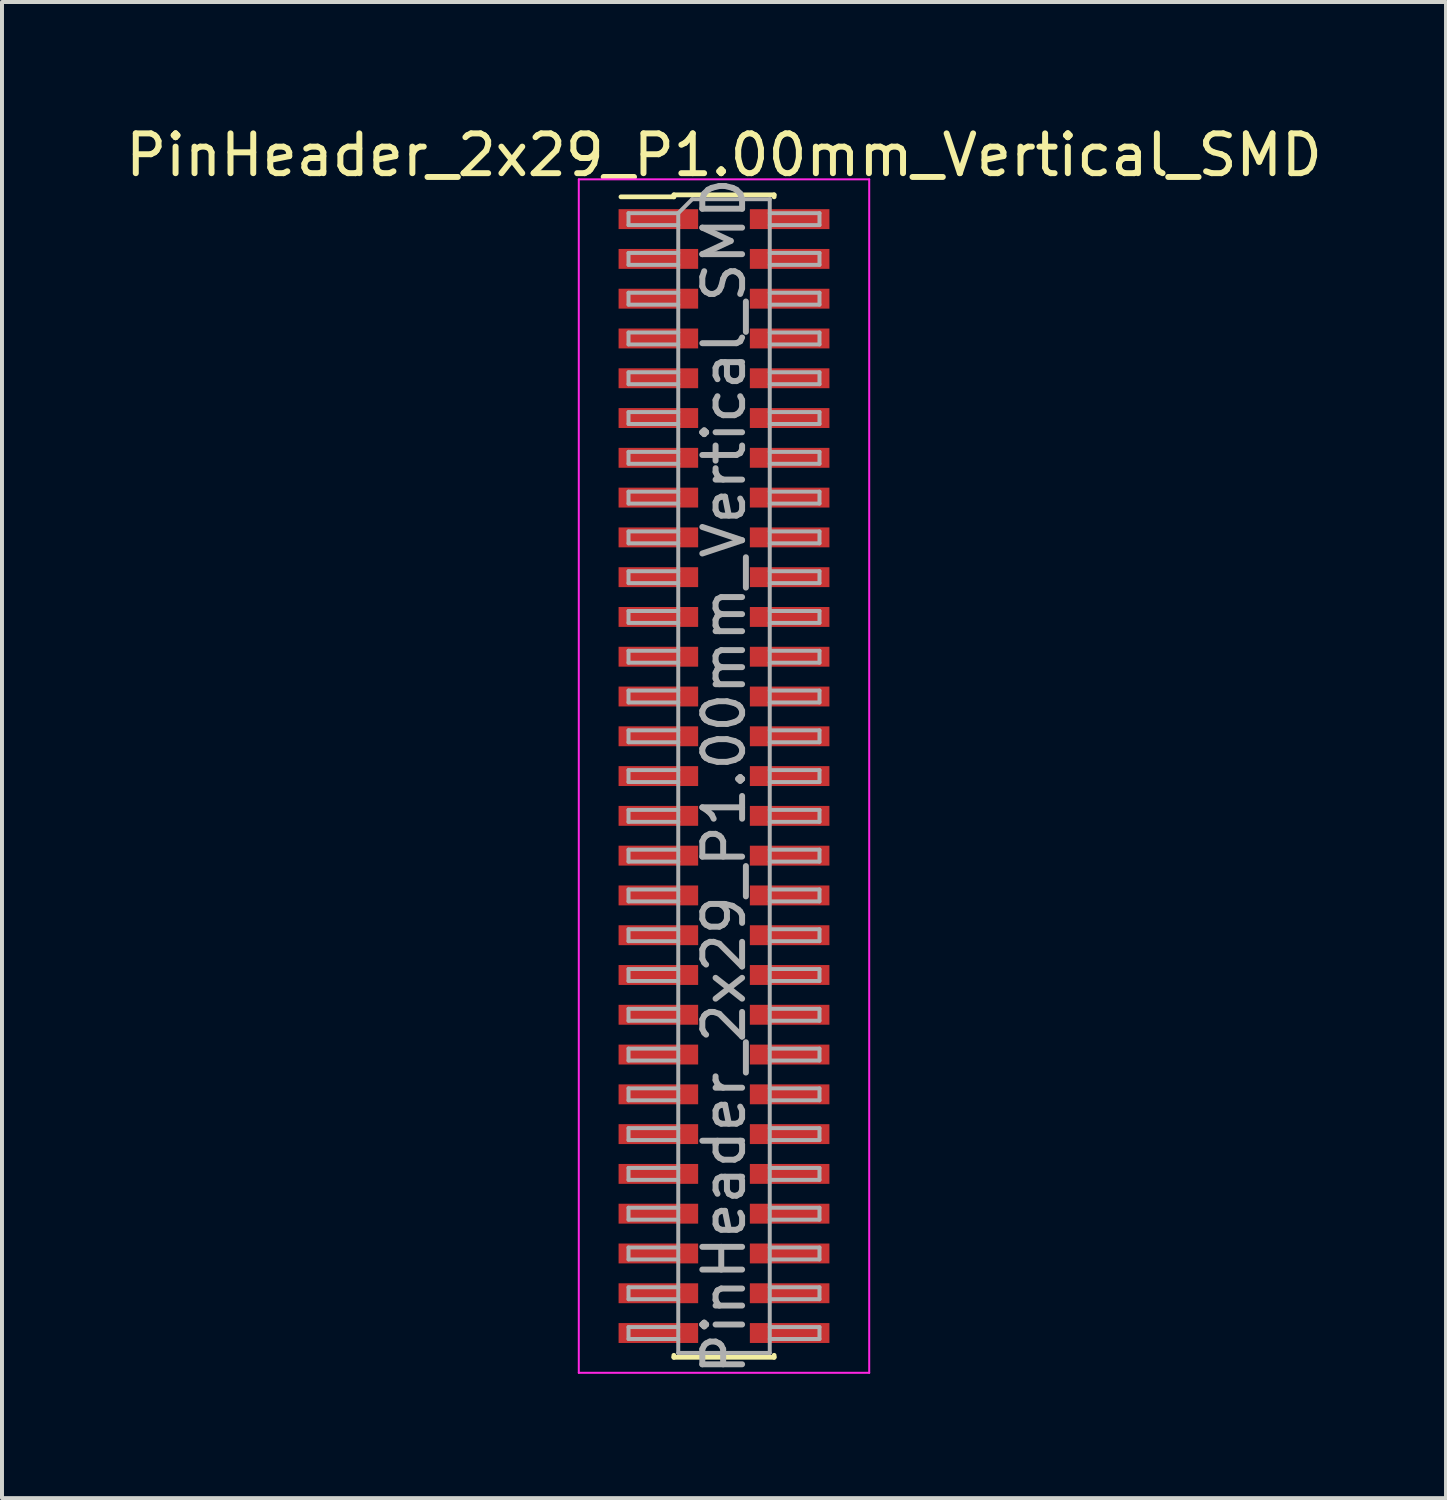
<source format=kicad_pcb>
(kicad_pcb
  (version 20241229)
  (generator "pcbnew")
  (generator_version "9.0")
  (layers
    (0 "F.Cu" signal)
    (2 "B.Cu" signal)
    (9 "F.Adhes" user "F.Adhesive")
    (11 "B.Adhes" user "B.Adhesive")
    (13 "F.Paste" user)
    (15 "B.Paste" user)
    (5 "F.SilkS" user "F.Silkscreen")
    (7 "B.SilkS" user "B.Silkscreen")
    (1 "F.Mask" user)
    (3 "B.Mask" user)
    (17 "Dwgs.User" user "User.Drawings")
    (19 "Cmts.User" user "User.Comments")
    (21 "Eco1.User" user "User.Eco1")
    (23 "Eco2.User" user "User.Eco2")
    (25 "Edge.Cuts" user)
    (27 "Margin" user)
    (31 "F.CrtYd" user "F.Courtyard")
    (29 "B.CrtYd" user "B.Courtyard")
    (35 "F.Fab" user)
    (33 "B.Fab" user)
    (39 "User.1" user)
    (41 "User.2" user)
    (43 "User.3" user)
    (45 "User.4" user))
  (footprint "PinHeader_2x29_P1.00mm_Vertical_SMD"
    (layer "F.Cu")
    (at 15.149 16.458)
    (property "Reference" "PinHeader_2x29_P1.00mm_Vertical_SMD" (at 0 -15.61 0) (layer "F.SilkS") (effects (font (size 1 1) (thickness 0.15))))
    (attr smd)
    (fp_line (start -2.59 -14.56) (end -1.26 -14.56) (stroke (width 0.12) (type solid)) (layer "F.SilkS"))
    (fp_line (start -1.26 -14.61) (end -1.26 -14.56) (stroke (width 0.12) (type solid)) (layer "F.SilkS"))
    (fp_line (start -1.26 -14.61) (end 1.26 -14.61) (stroke (width 0.12) (type solid)) (layer "F.SilkS"))
    (fp_line (start -1.26 14.56) (end -1.26 14.61) (stroke (width 0.12) (type solid)) (layer "F.SilkS"))
    (fp_line (start -1.26 14.61) (end 1.26 14.61) (stroke (width 0.12) (type solid)) (layer "F.SilkS"))
    (fp_line (start 1.26 -14.61) (end 1.26 -14.56) (stroke (width 0.12) (type solid)) (layer "F.SilkS"))
    (fp_line (start 1.26 14.56) (end 1.26 14.61) (stroke (width 0.12) (type solid)) (layer "F.SilkS"))
    (fp_line (start -3.65 -15) (end -3.65 15) (stroke (width 0.05) (type solid)) (layer "F.CrtYd"))
    (fp_line (start -3.65 15) (end 3.65 15) (stroke (width 0.05) (type solid)) (layer "F.CrtYd"))
    (fp_line (start 3.65 -15) (end -3.65 -15) (stroke (width 0.05) (type solid)) (layer "F.CrtYd"))
    (fp_line (start 3.65 15) (end 3.65 -15) (stroke (width 0.05) (type solid)) (layer "F.CrtYd"))
    (fp_line (start -2.4 -14.15) (end -2.4 -13.85) (stroke (width 0.1) (type solid)) (layer "F.Fab"))
    (fp_line (start -2.4 -13.85) (end -1.15 -13.85) (stroke (width 0.1) (type solid)) (layer "F.Fab"))
    (fp_line (start -2.4 -13.15) (end -2.4 -12.85) (stroke (width 0.1) (type solid)) (layer "F.Fab"))
    (fp_line (start -2.4 -12.85) (end -1.15 -12.85) (stroke (width 0.1) (type solid)) (layer "F.Fab"))
    (fp_line (start -2.4 -12.15) (end -2.4 -11.85) (stroke (width 0.1) (type solid)) (layer "F.Fab"))
    (fp_line (start -2.4 -11.85) (end -1.15 -11.85) (stroke (width 0.1) (type solid)) (layer "F.Fab"))
    (fp_line (start -2.4 -11.15) (end -2.4 -10.85) (stroke (width 0.1) (type solid)) (layer "F.Fab"))
    (fp_line (start -2.4 -10.85) (end -1.15 -10.85) (stroke (width 0.1) (type solid)) (layer "F.Fab"))
    (fp_line (start -2.4 -10.15) (end -2.4 -9.85) (stroke (width 0.1) (type solid)) (layer "F.Fab"))
    (fp_line (start -2.4 -9.85) (end -1.15 -9.85) (stroke (width 0.1) (type solid)) (layer "F.Fab"))
    (fp_line (start -2.4 -9.15) (end -2.4 -8.85) (stroke (width 0.1) (type solid)) (layer "F.Fab"))
    (fp_line (start -2.4 -8.85) (end -1.15 -8.85) (stroke (width 0.1) (type solid)) (layer "F.Fab"))
    (fp_line (start -2.4 -8.15) (end -2.4 -7.85) (stroke (width 0.1) (type solid)) (layer "F.Fab"))
    (fp_line (start -2.4 -7.85) (end -1.15 -7.85) (stroke (width 0.1) (type solid)) (layer "F.Fab"))
    (fp_line (start -2.4 -7.15) (end -2.4 -6.85) (stroke (width 0.1) (type solid)) (layer "F.Fab"))
    (fp_line (start -2.4 -6.85) (end -1.15 -6.85) (stroke (width 0.1) (type solid)) (layer "F.Fab"))
    (fp_line (start -2.4 -6.15) (end -2.4 -5.85) (stroke (width 0.1) (type solid)) (layer "F.Fab"))
    (fp_line (start -2.4 -5.85) (end -1.15 -5.85) (stroke (width 0.1) (type solid)) (layer "F.Fab"))
    (fp_line (start -2.4 -5.15) (end -2.4 -4.85) (stroke (width 0.1) (type solid)) (layer "F.Fab"))
    (fp_line (start -2.4 -4.85) (end -1.15 -4.85) (stroke (width 0.1) (type solid)) (layer "F.Fab"))
    (fp_line (start -2.4 -4.15) (end -2.4 -3.85) (stroke (width 0.1) (type solid)) (layer "F.Fab"))
    (fp_line (start -2.4 -3.85) (end -1.15 -3.85) (stroke (width 0.1) (type solid)) (layer "F.Fab"))
    (fp_line (start -2.4 -3.15) (end -2.4 -2.85) (stroke (width 0.1) (type solid)) (layer "F.Fab"))
    (fp_line (start -2.4 -2.85) (end -1.15 -2.85) (stroke (width 0.1) (type solid)) (layer "F.Fab"))
    (fp_line (start -2.4 -2.15) (end -2.4 -1.85) (stroke (width 0.1) (type solid)) (layer "F.Fab"))
    (fp_line (start -2.4 -1.85) (end -1.15 -1.85) (stroke (width 0.1) (type solid)) (layer "F.Fab"))
    (fp_line (start -2.4 -1.15) (end -2.4 -0.85) (stroke (width 0.1) (type solid)) (layer "F.Fab"))
    (fp_line (start -2.4 -0.85) (end -1.15 -0.85) (stroke (width 0.1) (type solid)) (layer "F.Fab"))
    (fp_line (start -2.4 -0.15) (end -2.4 0.15) (stroke (width 0.1) (type solid)) (layer "F.Fab"))
    (fp_line (start -2.4 0.15) (end -1.15 0.15) (stroke (width 0.1) (type solid)) (layer "F.Fab"))
    (fp_line (start -2.4 0.85) (end -2.4 1.15) (stroke (width 0.1) (type solid)) (layer "F.Fab"))
    (fp_line (start -2.4 1.15) (end -1.15 1.15) (stroke (width 0.1) (type solid)) (layer "F.Fab"))
    (fp_line (start -2.4 1.85) (end -2.4 2.15) (stroke (width 0.1) (type solid)) (layer "F.Fab"))
    (fp_line (start -2.4 2.15) (end -1.15 2.15) (stroke (width 0.1) (type solid)) (layer "F.Fab"))
    (fp_line (start -2.4 2.85) (end -2.4 3.15) (stroke (width 0.1) (type solid)) (layer "F.Fab"))
    (fp_line (start -2.4 3.15) (end -1.15 3.15) (stroke (width 0.1) (type solid)) (layer "F.Fab"))
    (fp_line (start -2.4 3.85) (end -2.4 4.15) (stroke (width 0.1) (type solid)) (layer "F.Fab"))
    (fp_line (start -2.4 4.15) (end -1.15 4.15) (stroke (width 0.1) (type solid)) (layer "F.Fab"))
    (fp_line (start -2.4 4.85) (end -2.4 5.15) (stroke (width 0.1) (type solid)) (layer "F.Fab"))
    (fp_line (start -2.4 5.15) (end -1.15 5.15) (stroke (width 0.1) (type solid)) (layer "F.Fab"))
    (fp_line (start -2.4 5.85) (end -2.4 6.15) (stroke (width 0.1) (type solid)) (layer "F.Fab"))
    (fp_line (start -2.4 6.15) (end -1.15 6.15) (stroke (width 0.1) (type solid)) (layer "F.Fab"))
    (fp_line (start -2.4 6.85) (end -2.4 7.15) (stroke (width 0.1) (type solid)) (layer "F.Fab"))
    (fp_line (start -2.4 7.15) (end -1.15 7.15) (stroke (width 0.1) (type solid)) (layer "F.Fab"))
    (fp_line (start -2.4 7.85) (end -2.4 8.15) (stroke (width 0.1) (type solid)) (layer "F.Fab"))
    (fp_line (start -2.4 8.15) (end -1.15 8.15) (stroke (width 0.1) (type solid)) (layer "F.Fab"))
    (fp_line (start -2.4 8.85) (end -2.4 9.15) (stroke (width 0.1) (type solid)) (layer "F.Fab"))
    (fp_line (start -2.4 9.15) (end -1.15 9.15) (stroke (width 0.1) (type solid)) (layer "F.Fab"))
    (fp_line (start -2.4 9.85) (end -2.4 10.15) (stroke (width 0.1) (type solid)) (layer "F.Fab"))
    (fp_line (start -2.4 10.15) (end -1.15 10.15) (stroke (width 0.1) (type solid)) (layer "F.Fab"))
    (fp_line (start -2.4 10.85) (end -2.4 11.15) (stroke (width 0.1) (type solid)) (layer "F.Fab"))
    (fp_line (start -2.4 11.15) (end -1.15 11.15) (stroke (width 0.1) (type solid)) (layer "F.Fab"))
    (fp_line (start -2.4 11.85) (end -2.4 12.15) (stroke (width 0.1) (type solid)) (layer "F.Fab"))
    (fp_line (start -2.4 12.15) (end -1.15 12.15) (stroke (width 0.1) (type solid)) (layer "F.Fab"))
    (fp_line (start -2.4 12.85) (end -2.4 13.15) (stroke (width 0.1) (type solid)) (layer "F.Fab"))
    (fp_line (start -2.4 13.15) (end -1.15 13.15) (stroke (width 0.1) (type solid)) (layer "F.Fab"))
    (fp_line (start -2.4 13.85) (end -2.4 14.15) (stroke (width 0.1) (type solid)) (layer "F.Fab"))
    (fp_line (start -2.4 14.15) (end -1.15 14.15) (stroke (width 0.1) (type solid)) (layer "F.Fab"))
    (fp_line (start -1.15 -14.15) (end -2.4 -14.15) (stroke (width 0.1) (type solid)) (layer "F.Fab"))
    (fp_line (start -1.15 -14.15) (end -0.8 -14.5) (stroke (width 0.1) (type solid)) (layer "F.Fab"))
    (fp_line (start -1.15 -13.15) (end -2.4 -13.15) (stroke (width 0.1) (type solid)) (layer "F.Fab"))
    (fp_line (start -1.15 -12.15) (end -2.4 -12.15) (stroke (width 0.1) (type solid)) (layer "F.Fab"))
    (fp_line (start -1.15 -11.15) (end -2.4 -11.15) (stroke (width 0.1) (type solid)) (layer "F.Fab"))
    (fp_line (start -1.15 -10.15) (end -2.4 -10.15) (stroke (width 0.1) (type solid)) (layer "F.Fab"))
    (fp_line (start -1.15 -9.15) (end -2.4 -9.15) (stroke (width 0.1) (type solid)) (layer "F.Fab"))
    (fp_line (start -1.15 -8.15) (end -2.4 -8.15) (stroke (width 0.1) (type solid)) (layer "F.Fab"))
    (fp_line (start -1.15 -7.15) (end -2.4 -7.15) (stroke (width 0.1) (type solid)) (layer "F.Fab"))
    (fp_line (start -1.15 -6.15) (end -2.4 -6.15) (stroke (width 0.1) (type solid)) (layer "F.Fab"))
    (fp_line (start -1.15 -5.15) (end -2.4 -5.15) (stroke (width 0.1) (type solid)) (layer "F.Fab"))
    (fp_line (start -1.15 -4.15) (end -2.4 -4.15) (stroke (width 0.1) (type solid)) (layer "F.Fab"))
    (fp_line (start -1.15 -3.15) (end -2.4 -3.15) (stroke (width 0.1) (type solid)) (layer "F.Fab"))
    (fp_line (start -1.15 -2.15) (end -2.4 -2.15) (stroke (width 0.1) (type solid)) (layer "F.Fab"))
    (fp_line (start -1.15 -1.15) (end -2.4 -1.15) (stroke (width 0.1) (type solid)) (layer "F.Fab"))
    (fp_line (start -1.15 -0.15) (end -2.4 -0.15) (stroke (width 0.1) (type solid)) (layer "F.Fab"))
    (fp_line (start -1.15 0.85) (end -2.4 0.85) (stroke (width 0.1) (type solid)) (layer "F.Fab"))
    (fp_line (start -1.15 1.85) (end -2.4 1.85) (stroke (width 0.1) (type solid)) (layer "F.Fab"))
    (fp_line (start -1.15 2.85) (end -2.4 2.85) (stroke (width 0.1) (type solid)) (layer "F.Fab"))
    (fp_line (start -1.15 3.85) (end -2.4 3.85) (stroke (width 0.1) (type solid)) (layer "F.Fab"))
    (fp_line (start -1.15 4.85) (end -2.4 4.85) (stroke (width 0.1) (type solid)) (layer "F.Fab"))
    (fp_line (start -1.15 5.85) (end -2.4 5.85) (stroke (width 0.1) (type solid)) (layer "F.Fab"))
    (fp_line (start -1.15 6.85) (end -2.4 6.85) (stroke (width 0.1) (type solid)) (layer "F.Fab"))
    (fp_line (start -1.15 7.85) (end -2.4 7.85) (stroke (width 0.1) (type solid)) (layer "F.Fab"))
    (fp_line (start -1.15 8.85) (end -2.4 8.85) (stroke (width 0.1) (type solid)) (layer "F.Fab"))
    (fp_line (start -1.15 9.85) (end -2.4 9.85) (stroke (width 0.1) (type solid)) (layer "F.Fab"))
    (fp_line (start -1.15 10.85) (end -2.4 10.85) (stroke (width 0.1) (type solid)) (layer "F.Fab"))
    (fp_line (start -1.15 11.85) (end -2.4 11.85) (stroke (width 0.1) (type solid)) (layer "F.Fab"))
    (fp_line (start -1.15 12.85) (end -2.4 12.85) (stroke (width 0.1) (type solid)) (layer "F.Fab"))
    (fp_line (start -1.15 13.85) (end -2.4 13.85) (stroke (width 0.1) (type solid)) (layer "F.Fab"))
    (fp_line (start -1.15 14.5) (end -1.15 -14.15) (stroke (width 0.1) (type solid)) (layer "F.Fab"))
    (fp_line (start -0.8 -14.5) (end 1.15 -14.5) (stroke (width 0.1) (type solid)) (layer "F.Fab"))
    (fp_line (start 1.15 -14.5) (end 1.15 14.5) (stroke (width 0.1) (type solid)) (layer "F.Fab"))
    (fp_line (start 1.15 -14.15) (end 2.4 -14.15) (stroke (width 0.1) (type solid)) (layer "F.Fab"))
    (fp_line (start 1.15 -13.15) (end 2.4 -13.15) (stroke (width 0.1) (type solid)) (layer "F.Fab"))
    (fp_line (start 1.15 -12.15) (end 2.4 -12.15) (stroke (width 0.1) (type solid)) (layer "F.Fab"))
    (fp_line (start 1.15 -11.15) (end 2.4 -11.15) (stroke (width 0.1) (type solid)) (layer "F.Fab"))
    (fp_line (start 1.15 -10.15) (end 2.4 -10.15) (stroke (width 0.1) (type solid)) (layer "F.Fab"))
    (fp_line (start 1.15 -9.15) (end 2.4 -9.15) (stroke (width 0.1) (type solid)) (layer "F.Fab"))
    (fp_line (start 1.15 -8.15) (end 2.4 -8.15) (stroke (width 0.1) (type solid)) (layer "F.Fab"))
    (fp_line (start 1.15 -7.15) (end 2.4 -7.15) (stroke (width 0.1) (type solid)) (layer "F.Fab"))
    (fp_line (start 1.15 -6.15) (end 2.4 -6.15) (stroke (width 0.1) (type solid)) (layer "F.Fab"))
    (fp_line (start 1.15 -5.15) (end 2.4 -5.15) (stroke (width 0.1) (type solid)) (layer "F.Fab"))
    (fp_line (start 1.15 -4.15) (end 2.4 -4.15) (stroke (width 0.1) (type solid)) (layer "F.Fab"))
    (fp_line (start 1.15 -3.15) (end 2.4 -3.15) (stroke (width 0.1) (type solid)) (layer "F.Fab"))
    (fp_line (start 1.15 -2.15) (end 2.4 -2.15) (stroke (width 0.1) (type solid)) (layer "F.Fab"))
    (fp_line (start 1.15 -1.15) (end 2.4 -1.15) (stroke (width 0.1) (type solid)) (layer "F.Fab"))
    (fp_line (start 1.15 -0.15) (end 2.4 -0.15) (stroke (width 0.1) (type solid)) (layer "F.Fab"))
    (fp_line (start 1.15 0.85) (end 2.4 0.85) (stroke (width 0.1) (type solid)) (layer "F.Fab"))
    (fp_line (start 1.15 1.85) (end 2.4 1.85) (stroke (width 0.1) (type solid)) (layer "F.Fab"))
    (fp_line (start 1.15 2.85) (end 2.4 2.85) (stroke (width 0.1) (type solid)) (layer "F.Fab"))
    (fp_line (start 1.15 3.85) (end 2.4 3.85) (stroke (width 0.1) (type solid)) (layer "F.Fab"))
    (fp_line (start 1.15 4.85) (end 2.4 4.85) (stroke (width 0.1) (type solid)) (layer "F.Fab"))
    (fp_line (start 1.15 5.85) (end 2.4 5.85) (stroke (width 0.1) (type solid)) (layer "F.Fab"))
    (fp_line (start 1.15 6.85) (end 2.4 6.85) (stroke (width 0.1) (type solid)) (layer "F.Fab"))
    (fp_line (start 1.15 7.85) (end 2.4 7.85) (stroke (width 0.1) (type solid)) (layer "F.Fab"))
    (fp_line (start 1.15 8.85) (end 2.4 8.85) (stroke (width 0.1) (type solid)) (layer "F.Fab"))
    (fp_line (start 1.15 9.85) (end 2.4 9.85) (stroke (width 0.1) (type solid)) (layer "F.Fab"))
    (fp_line (start 1.15 10.85) (end 2.4 10.85) (stroke (width 0.1) (type solid)) (layer "F.Fab"))
    (fp_line (start 1.15 11.85) (end 2.4 11.85) (stroke (width 0.1) (type solid)) (layer "F.Fab"))
    (fp_line (start 1.15 12.85) (end 2.4 12.85) (stroke (width 0.1) (type solid)) (layer "F.Fab"))
    (fp_line (start 1.15 13.85) (end 2.4 13.85) (stroke (width 0.1) (type solid)) (layer "F.Fab"))
    (fp_line (start 1.15 14.5) (end -1.15 14.5) (stroke (width 0.1) (type solid)) (layer "F.Fab"))
    (fp_line (start 2.4 -14.15) (end 2.4 -13.85) (stroke (width 0.1) (type solid)) (layer "F.Fab"))
    (fp_line (start 2.4 -13.85) (end 1.15 -13.85) (stroke (width 0.1) (type solid)) (layer "F.Fab"))
    (fp_line (start 2.4 -13.15) (end 2.4 -12.85) (stroke (width 0.1) (type solid)) (layer "F.Fab"))
    (fp_line (start 2.4 -12.85) (end 1.15 -12.85) (stroke (width 0.1) (type solid)) (layer "F.Fab"))
    (fp_line (start 2.4 -12.15) (end 2.4 -11.85) (stroke (width 0.1) (type solid)) (layer "F.Fab"))
    (fp_line (start 2.4 -11.85) (end 1.15 -11.85) (stroke (width 0.1) (type solid)) (layer "F.Fab"))
    (fp_line (start 2.4 -11.15) (end 2.4 -10.85) (stroke (width 0.1) (type solid)) (layer "F.Fab"))
    (fp_line (start 2.4 -10.85) (end 1.15 -10.85) (stroke (width 0.1) (type solid)) (layer "F.Fab"))
    (fp_line (start 2.4 -10.15) (end 2.4 -9.85) (stroke (width 0.1) (type solid)) (layer "F.Fab"))
    (fp_line (start 2.4 -9.85) (end 1.15 -9.85) (stroke (width 0.1) (type solid)) (layer "F.Fab"))
    (fp_line (start 2.4 -9.15) (end 2.4 -8.85) (stroke (width 0.1) (type solid)) (layer "F.Fab"))
    (fp_line (start 2.4 -8.85) (end 1.15 -8.85) (stroke (width 0.1) (type solid)) (layer "F.Fab"))
    (fp_line (start 2.4 -8.15) (end 2.4 -7.85) (stroke (width 0.1) (type solid)) (layer "F.Fab"))
    (fp_line (start 2.4 -7.85) (end 1.15 -7.85) (stroke (width 0.1) (type solid)) (layer "F.Fab"))
    (fp_line (start 2.4 -7.15) (end 2.4 -6.85) (stroke (width 0.1) (type solid)) (layer "F.Fab"))
    (fp_line (start 2.4 -6.85) (end 1.15 -6.85) (stroke (width 0.1) (type solid)) (layer "F.Fab"))
    (fp_line (start 2.4 -6.15) (end 2.4 -5.85) (stroke (width 0.1) (type solid)) (layer "F.Fab"))
    (fp_line (start 2.4 -5.85) (end 1.15 -5.85) (stroke (width 0.1) (type solid)) (layer "F.Fab"))
    (fp_line (start 2.4 -5.15) (end 2.4 -4.85) (stroke (width 0.1) (type solid)) (layer "F.Fab"))
    (fp_line (start 2.4 -4.85) (end 1.15 -4.85) (stroke (width 0.1) (type solid)) (layer "F.Fab"))
    (fp_line (start 2.4 -4.15) (end 2.4 -3.85) (stroke (width 0.1) (type solid)) (layer "F.Fab"))
    (fp_line (start 2.4 -3.85) (end 1.15 -3.85) (stroke (width 0.1) (type solid)) (layer "F.Fab"))
    (fp_line (start 2.4 -3.15) (end 2.4 -2.85) (stroke (width 0.1) (type solid)) (layer "F.Fab"))
    (fp_line (start 2.4 -2.85) (end 1.15 -2.85) (stroke (width 0.1) (type solid)) (layer "F.Fab"))
    (fp_line (start 2.4 -2.15) (end 2.4 -1.85) (stroke (width 0.1) (type solid)) (layer "F.Fab"))
    (fp_line (start 2.4 -1.85) (end 1.15 -1.85) (stroke (width 0.1) (type solid)) (layer "F.Fab"))
    (fp_line (start 2.4 -1.15) (end 2.4 -0.85) (stroke (width 0.1) (type solid)) (layer "F.Fab"))
    (fp_line (start 2.4 -0.85) (end 1.15 -0.85) (stroke (width 0.1) (type solid)) (layer "F.Fab"))
    (fp_line (start 2.4 -0.15) (end 2.4 0.15) (stroke (width 0.1) (type solid)) (layer "F.Fab"))
    (fp_line (start 2.4 0.15) (end 1.15 0.15) (stroke (width 0.1) (type solid)) (layer "F.Fab"))
    (fp_line (start 2.4 0.85) (end 2.4 1.15) (stroke (width 0.1) (type solid)) (layer "F.Fab"))
    (fp_line (start 2.4 1.15) (end 1.15 1.15) (stroke (width 0.1) (type solid)) (layer "F.Fab"))
    (fp_line (start 2.4 1.85) (end 2.4 2.15) (stroke (width 0.1) (type solid)) (layer "F.Fab"))
    (fp_line (start 2.4 2.15) (end 1.15 2.15) (stroke (width 0.1) (type solid)) (layer "F.Fab"))
    (fp_line (start 2.4 2.85) (end 2.4 3.15) (stroke (width 0.1) (type solid)) (layer "F.Fab"))
    (fp_line (start 2.4 3.15) (end 1.15 3.15) (stroke (width 0.1) (type solid)) (layer "F.Fab"))
    (fp_line (start 2.4 3.85) (end 2.4 4.15) (stroke (width 0.1) (type solid)) (layer "F.Fab"))
    (fp_line (start 2.4 4.15) (end 1.15 4.15) (stroke (width 0.1) (type solid)) (layer "F.Fab"))
    (fp_line (start 2.4 4.85) (end 2.4 5.15) (stroke (width 0.1) (type solid)) (layer "F.Fab"))
    (fp_line (start 2.4 5.15) (end 1.15 5.15) (stroke (width 0.1) (type solid)) (layer "F.Fab"))
    (fp_line (start 2.4 5.85) (end 2.4 6.15) (stroke (width 0.1) (type solid)) (layer "F.Fab"))
    (fp_line (start 2.4 6.15) (end 1.15 6.15) (stroke (width 0.1) (type solid)) (layer "F.Fab"))
    (fp_line (start 2.4 6.85) (end 2.4 7.15) (stroke (width 0.1) (type solid)) (layer "F.Fab"))
    (fp_line (start 2.4 7.15) (end 1.15 7.15) (stroke (width 0.1) (type solid)) (layer "F.Fab"))
    (fp_line (start 2.4 7.85) (end 2.4 8.15) (stroke (width 0.1) (type solid)) (layer "F.Fab"))
    (fp_line (start 2.4 8.15) (end 1.15 8.15) (stroke (width 0.1) (type solid)) (layer "F.Fab"))
    (fp_line (start 2.4 8.85) (end 2.4 9.15) (stroke (width 0.1) (type solid)) (layer "F.Fab"))
    (fp_line (start 2.4 9.15) (end 1.15 9.15) (stroke (width 0.1) (type solid)) (layer "F.Fab"))
    (fp_line (start 2.4 9.85) (end 2.4 10.15) (stroke (width 0.1) (type solid)) (layer "F.Fab"))
    (fp_line (start 2.4 10.15) (end 1.15 10.15) (stroke (width 0.1) (type solid)) (layer "F.Fab"))
    (fp_line (start 2.4 10.85) (end 2.4 11.15) (stroke (width 0.1) (type solid)) (layer "F.Fab"))
    (fp_line (start 2.4 11.15) (end 1.15 11.15) (stroke (width 0.1) (type solid)) (layer "F.Fab"))
    (fp_line (start 2.4 11.85) (end 2.4 12.15) (stroke (width 0.1) (type solid)) (layer "F.Fab"))
    (fp_line (start 2.4 12.15) (end 1.15 12.15) (stroke (width 0.1) (type solid)) (layer "F.Fab"))
    (fp_line (start 2.4 12.85) (end 2.4 13.15) (stroke (width 0.1) (type solid)) (layer "F.Fab"))
    (fp_line (start 2.4 13.15) (end 1.15 13.15) (stroke (width 0.1) (type solid)) (layer "F.Fab"))
    (fp_line (start 2.4 13.85) (end 2.4 14.15) (stroke (width 0.1) (type solid)) (layer "F.Fab"))
    (fp_line (start 2.4 14.15) (end 1.15 14.15) (stroke (width 0.1) (type solid)) (layer "F.Fab"))
    (fp_text user "${REFERENCE}" (at 0 0 90) (layer "F.Fab") (effects (font (size 1 1) (thickness 0.15))))
    (pad "1" smd rect (at -1.65 -14) (size 2 0.5) (layers "F.Cu" "F.Mask" "F.Paste"))
    (pad "2" smd rect (at 1.65 -14) (size 2 0.5) (layers "F.Cu" "F.Mask" "F.Paste"))
    (pad "3" smd rect (at -1.65 -13) (size 2 0.5) (layers "F.Cu" "F.Mask" "F.Paste"))
    (pad "4" smd rect (at 1.65 -13) (size 2 0.5) (layers "F.Cu" "F.Mask" "F.Paste"))
    (pad "5" smd rect (at -1.65 -12) (size 2 0.5) (layers "F.Cu" "F.Mask" "F.Paste"))
    (pad "6" smd rect (at 1.65 -12) (size 2 0.5) (layers "F.Cu" "F.Mask" "F.Paste"))
    (pad "7" smd rect (at -1.65 -11) (size 2 0.5) (layers "F.Cu" "F.Mask" "F.Paste"))
    (pad "8" smd rect (at 1.65 -11) (size 2 0.5) (layers "F.Cu" "F.Mask" "F.Paste"))
    (pad "9" smd rect (at -1.65 -10) (size 2 0.5) (layers "F.Cu" "F.Mask" "F.Paste"))
    (pad "10" smd rect (at 1.65 -10) (size 2 0.5) (layers "F.Cu" "F.Mask" "F.Paste"))
    (pad "11" smd rect (at -1.65 -9) (size 2 0.5) (layers "F.Cu" "F.Mask" "F.Paste"))
    (pad "12" smd rect (at 1.65 -9) (size 2 0.5) (layers "F.Cu" "F.Mask" "F.Paste"))
    (pad "13" smd rect (at -1.65 -8) (size 2 0.5) (layers "F.Cu" "F.Mask" "F.Paste"))
    (pad "14" smd rect (at 1.65 -8) (size 2 0.5) (layers "F.Cu" "F.Mask" "F.Paste"))
    (pad "15" smd rect (at -1.65 -7) (size 2 0.5) (layers "F.Cu" "F.Mask" "F.Paste"))
    (pad "16" smd rect (at 1.65 -7) (size 2 0.5) (layers "F.Cu" "F.Mask" "F.Paste"))
    (pad "17" smd rect (at -1.65 -6) (size 2 0.5) (layers "F.Cu" "F.Mask" "F.Paste"))
    (pad "18" smd rect (at 1.65 -6) (size 2 0.5) (layers "F.Cu" "F.Mask" "F.Paste"))
    (pad "19" smd rect (at -1.65 -5) (size 2 0.5) (layers "F.Cu" "F.Mask" "F.Paste"))
    (pad "20" smd rect (at 1.65 -5) (size 2 0.5) (layers "F.Cu" "F.Mask" "F.Paste"))
    (pad "21" smd rect (at -1.65 -4) (size 2 0.5) (layers "F.Cu" "F.Mask" "F.Paste"))
    (pad "22" smd rect (at 1.65 -4) (size 2 0.5) (layers "F.Cu" "F.Mask" "F.Paste"))
    (pad "23" smd rect (at -1.65 -3) (size 2 0.5) (layers "F.Cu" "F.Mask" "F.Paste"))
    (pad "24" smd rect (at 1.65 -3) (size 2 0.5) (layers "F.Cu" "F.Mask" "F.Paste"))
    (pad "25" smd rect (at -1.65 -2) (size 2 0.5) (layers "F.Cu" "F.Mask" "F.Paste"))
    (pad "26" smd rect (at 1.65 -2) (size 2 0.5) (layers "F.Cu" "F.Mask" "F.Paste"))
    (pad "27" smd rect (at -1.65 -1) (size 2 0.5) (layers "F.Cu" "F.Mask" "F.Paste"))
    (pad "28" smd rect (at 1.65 -1) (size 2 0.5) (layers "F.Cu" "F.Mask" "F.Paste"))
    (pad "29" smd rect (at -1.65 0) (size 2 0.5) (layers "F.Cu" "F.Mask" "F.Paste"))
    (pad "30" smd rect (at 1.65 0) (size 2 0.5) (layers "F.Cu" "F.Mask" "F.Paste"))
    (pad "31" smd rect (at -1.65 1) (size 2 0.5) (layers "F.Cu" "F.Mask" "F.Paste"))
    (pad "32" smd rect (at 1.65 1) (size 2 0.5) (layers "F.Cu" "F.Mask" "F.Paste"))
    (pad "33" smd rect (at -1.65 2) (size 2 0.5) (layers "F.Cu" "F.Mask" "F.Paste"))
    (pad "34" smd rect (at 1.65 2) (size 2 0.5) (layers "F.Cu" "F.Mask" "F.Paste"))
    (pad "35" smd rect (at -1.65 3) (size 2 0.5) (layers "F.Cu" "F.Mask" "F.Paste"))
    (pad "36" smd rect (at 1.65 3) (size 2 0.5) (layers "F.Cu" "F.Mask" "F.Paste"))
    (pad "37" smd rect (at -1.65 4) (size 2 0.5) (layers "F.Cu" "F.Mask" "F.Paste"))
    (pad "38" smd rect (at 1.65 4) (size 2 0.5) (layers "F.Cu" "F.Mask" "F.Paste"))
    (pad "39" smd rect (at -1.65 5) (size 2 0.5) (layers "F.Cu" "F.Mask" "F.Paste"))
    (pad "40" smd rect (at 1.65 5) (size 2 0.5) (layers "F.Cu" "F.Mask" "F.Paste"))
    (pad "41" smd rect (at -1.65 6) (size 2 0.5) (layers "F.Cu" "F.Mask" "F.Paste"))
    (pad "42" smd rect (at 1.65 6) (size 2 0.5) (layers "F.Cu" "F.Mask" "F.Paste"))
    (pad "43" smd rect (at -1.65 7) (size 2 0.5) (layers "F.Cu" "F.Mask" "F.Paste"))
    (pad "44" smd rect (at 1.65 7) (size 2 0.5) (layers "F.Cu" "F.Mask" "F.Paste"))
    (pad "45" smd rect (at -1.65 8) (size 2 0.5) (layers "F.Cu" "F.Mask" "F.Paste"))
    (pad "46" smd rect (at 1.65 8) (size 2 0.5) (layers "F.Cu" "F.Mask" "F.Paste"))
    (pad "47" smd rect (at -1.65 9) (size 2 0.5) (layers "F.Cu" "F.Mask" "F.Paste"))
    (pad "48" smd rect (at 1.65 9) (size 2 0.5) (layers "F.Cu" "F.Mask" "F.Paste"))
    (pad "49" smd rect (at -1.65 10) (size 2 0.5) (layers "F.Cu" "F.Mask" "F.Paste"))
    (pad "50" smd rect (at 1.65 10) (size 2 0.5) (layers "F.Cu" "F.Mask" "F.Paste"))
    (pad "51" smd rect (at -1.65 11) (size 2 0.5) (layers "F.Cu" "F.Mask" "F.Paste"))
    (pad "52" smd rect (at 1.65 11) (size 2 0.5) (layers "F.Cu" "F.Mask" "F.Paste"))
    (pad "53" smd rect (at -1.65 12) (size 2 0.5) (layers "F.Cu" "F.Mask" "F.Paste"))
    (pad "54" smd rect (at 1.65 12) (size 2 0.5) (layers "F.Cu" "F.Mask" "F.Paste"))
    (pad "55" smd rect (at -1.65 13) (size 2 0.5) (layers "F.Cu" "F.Mask" "F.Paste"))
    (pad "56" smd rect (at 1.65 13) (size 2 0.5) (layers "F.Cu" "F.Mask" "F.Paste"))
    (pad "57" smd rect (at -1.65 14) (size 2 0.5) (layers "F.Cu" "F.Mask" "F.Paste"))
    (pad "58" smd rect (at 1.65 14) (size 2 0.5) (layers "F.Cu" "F.Mask" "F.Paste")))
  (gr_rect
    (start -3 -3)
    (end 33.298 34.607)
    (stroke (width 0.1) (type default))
    (fill no)
    (layer "Edge.Cuts")))
</source>
